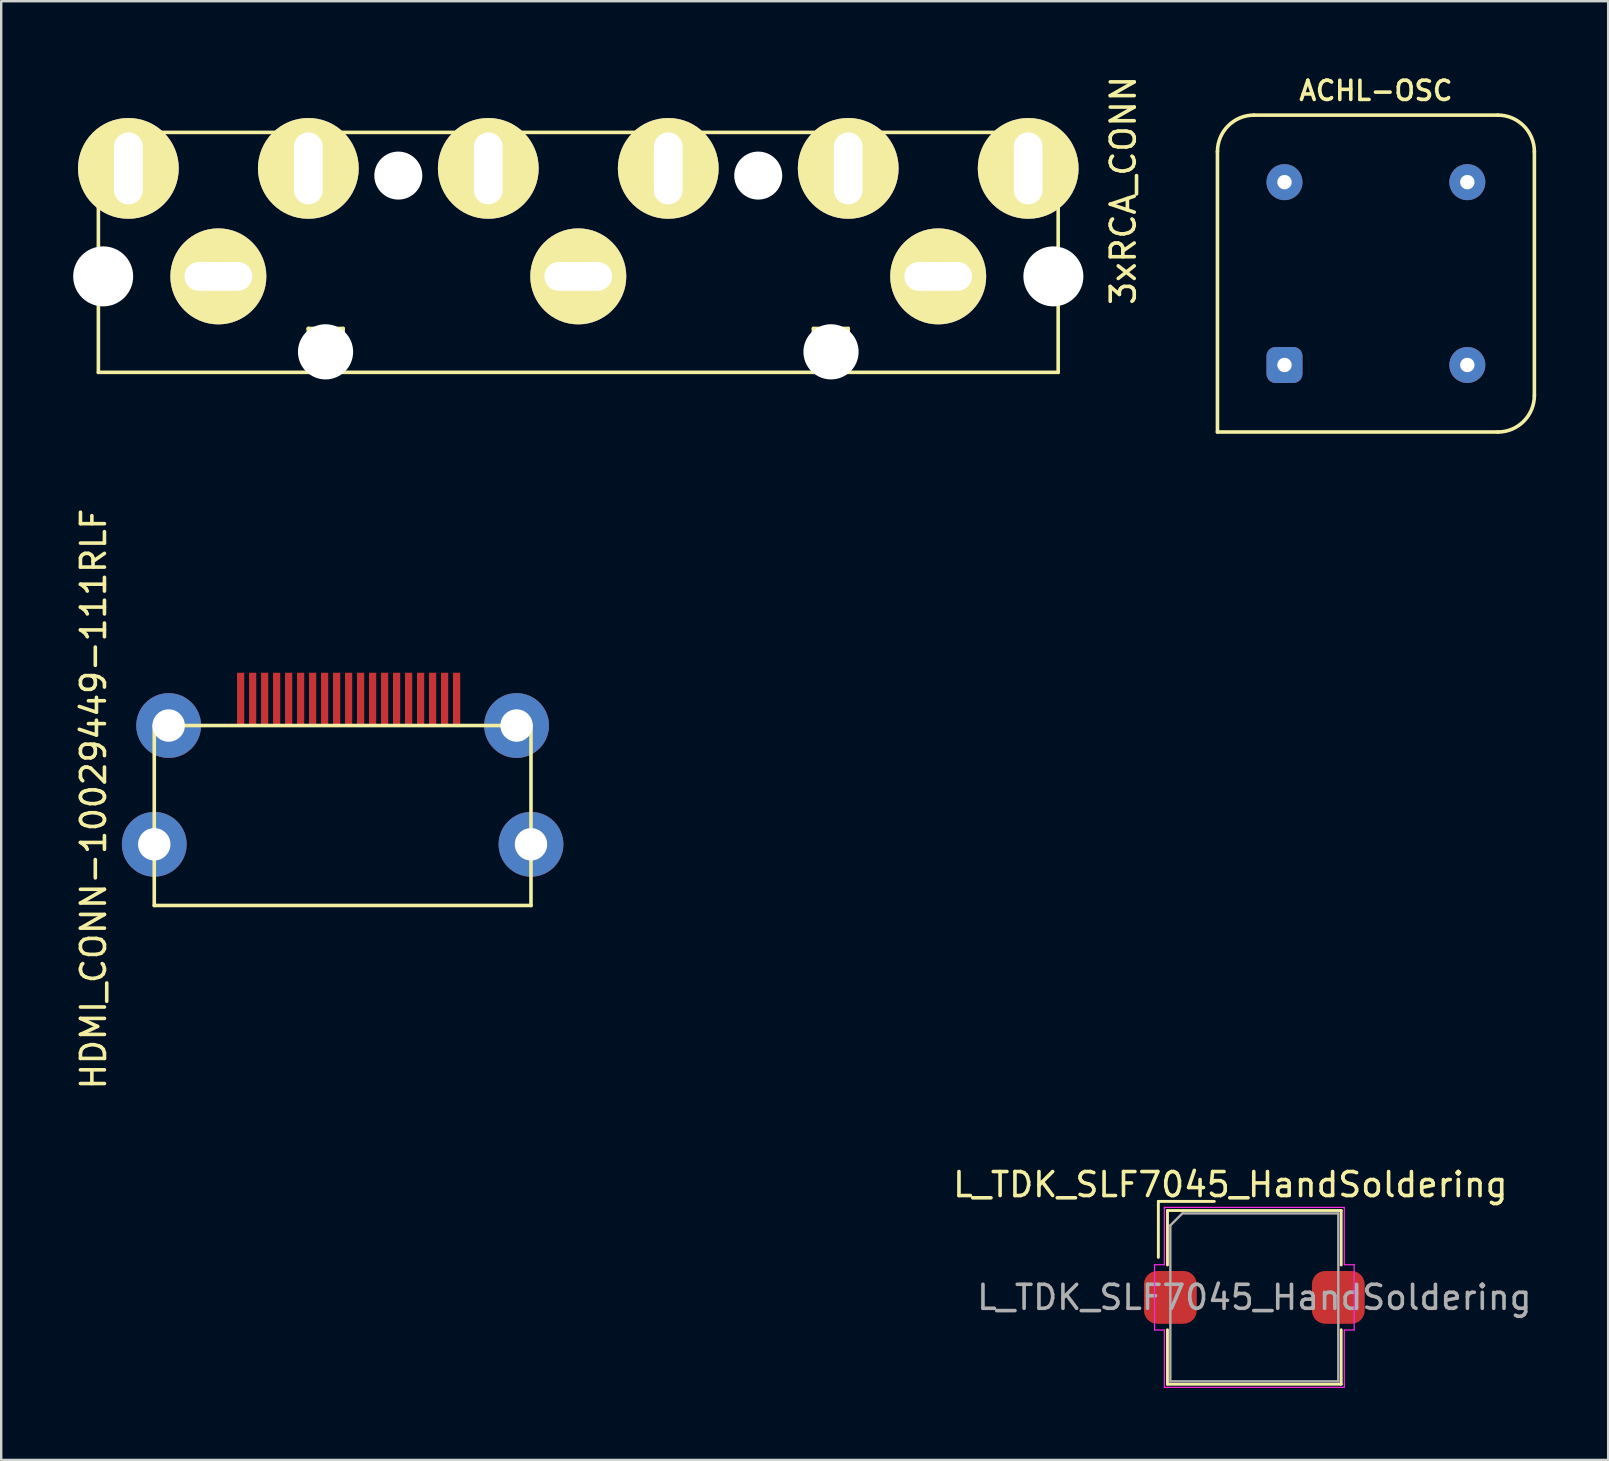
<source format=kicad_pcb>
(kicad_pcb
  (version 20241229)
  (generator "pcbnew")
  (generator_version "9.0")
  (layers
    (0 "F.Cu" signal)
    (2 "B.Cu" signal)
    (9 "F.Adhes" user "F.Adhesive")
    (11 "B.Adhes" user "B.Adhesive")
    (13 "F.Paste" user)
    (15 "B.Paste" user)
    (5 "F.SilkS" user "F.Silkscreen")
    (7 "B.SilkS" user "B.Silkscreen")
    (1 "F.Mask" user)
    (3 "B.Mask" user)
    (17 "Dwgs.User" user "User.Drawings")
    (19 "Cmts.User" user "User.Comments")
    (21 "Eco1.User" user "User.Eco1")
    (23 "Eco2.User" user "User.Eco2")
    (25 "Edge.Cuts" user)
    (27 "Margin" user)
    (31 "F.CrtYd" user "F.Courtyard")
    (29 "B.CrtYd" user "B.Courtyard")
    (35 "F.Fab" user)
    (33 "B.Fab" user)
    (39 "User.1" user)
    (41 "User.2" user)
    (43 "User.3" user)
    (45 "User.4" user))
  (footprint "3xRCA_CONN"
    (layer "F.Cu")
    (at 21.05 8.468)
    (property "Reference" "3xRCA_CONN" (at 22.715 -3.581 90) (layer "F.SilkS") (effects (font (size 1 1) (thickness 0.15))))
    (attr through_hole)
    (fp_line (start -20 -6) (end 20 -6) (stroke (width 0.15) (type solid)) (layer "F.SilkS"))
    (fp_line (start -20 4) (end -20 -6) (stroke (width 0.15) (type solid)) (layer "F.SilkS"))
    (fp_line (start -20 4) (end 20 4) (stroke (width 0.15) (type solid)) (layer "F.SilkS"))
    (fp_line (start -11.255 3.97) (end -9.835 2.202) (stroke (width 0.15) (type solid)) (layer "F.SilkS"))
    (fp_line (start -11.25 2.172) (end -9.8 2.172) (stroke (width 0.15) (type solid)) (layer "F.SilkS"))
    (fp_line (start -11.25 3.993) (end -11.25 2.172) (stroke (width 0.15) (type solid)) (layer "F.SilkS"))
    (fp_line (start -11.25 2.177) (end -9.827 3.947) (stroke (width 0.15) (type solid)) (layer "F.SilkS"))
    (fp_line (start -9.827 3.947) (end -9.822 3.96) (stroke (width 0.15) (type solid)) (layer "F.SilkS"))
    (fp_line (start -9.8 2.172) (end -9.8 3.978) (stroke (width 0.15) (type solid)) (layer "F.SilkS"))
    (fp_line (start 9.8 2.172) (end 11.25 2.172) (stroke (width 0.15) (type solid)) (layer "F.SilkS"))
    (fp_line (start 9.8 3.993) (end 9.8 2.172) (stroke (width 0.15) (type solid)) (layer "F.SilkS"))
    (fp_line (start 9.802 3.983) (end 11.214 2.223) (stroke (width 0.15) (type solid)) (layer "F.SilkS"))
    (fp_line (start 9.825 2.2) (end 11.214 3.937) (stroke (width 0.15) (type solid)) (layer "F.SilkS"))
    (fp_line (start 11.25 2.172) (end 11.25 3.978) (stroke (width 0.15) (type solid)) (layer "F.SilkS"))
    (fp_line (start 20 -6) (end 20 4) (stroke (width 0.15) (type solid)) (layer "F.SilkS"))
    (pad "" np_thru_hole oval (at -19.8 0) (size 2.5 2.5) (drill 2.5) (layers "*.Cu" "*.Mask"))
    (pad "" np_thru_hole circle (at -10.533 3.145) (size 2.3 2.3) (drill 2.3) (layers "*.Cu" "*.Mask"))
    (pad "" np_thru_hole circle (at -7.5 -4.2) (size 2 2) (drill 2) (layers "*.Cu" "*.Mask"))
    (pad "" np_thru_hole circle (at 7.5 -4.2) (size 2 2) (drill 2) (layers "*.Cu" "*.Mask"))
    (pad "" np_thru_hole circle (at 10.533 3.145) (size 2.3 2.3) (drill 2.3) (layers "*.Cu" "*.Mask"))
    (pad "" np_thru_hole oval (at 19.8 0) (size 2.5 2.5) (drill 2.5) (layers "*.Cu" "*.Mask"))
    (pad "1" thru_hole circle (at -3.75 -4.5) (size 4.2 4.2) (drill oval 1.2 3) (layers "*.Cu" "*.Mask" "F.SilkS"))
    (pad "1" thru_hole circle (at 3.75 -4.5) (size 4.2 4.2) (drill oval 1.2 3) (layers "*.Cu" "*.Mask" "F.SilkS"))
    (pad "2" thru_hole circle (at 11.25 -4.5) (size 4.2 4.2) (drill oval 1.2 3) (layers "*.Cu" "*.Mask" "F.SilkS"))
    (pad "2" thru_hole circle (at 18.75 -4.5) (size 4.2 4.2) (drill oval 1.2 3) (layers "*.Cu" "*.Mask" "F.SilkS"))
    (pad "3" thru_hole circle (at -18.75 -4.5) (size 4.2 4.2) (drill oval 1.2 3) (layers "*.Cu" "*.Mask" "F.SilkS"))
    (pad "3" thru_hole circle (at -11.25 -4.5) (size 4.2 4.2) (drill oval 1.2 3) (layers "*.Cu" "*.Mask" "F.SilkS"))
    (pad "4" thru_hole circle (at -15 0) (size 4 4) (drill oval 2.82 1.2) (layers "*.Cu" "*.Mask" "F.SilkS"))
    (pad "4" thru_hole circle (at 0 0) (size 4 4) (drill oval 2.82 1.2) (layers "*.Cu" "*.Mask" "F.SilkS"))
    (pad "4" thru_hole circle (at 15 0) (size 4 4) (drill oval 2.82 1.2) (layers "*.Cu" "*.Mask" "F.SilkS")))
  (footprint "L_TDK_SLF7045_HandSoldering"
    (layer "F.Cu")
    (at 49.225 51.019)
    (property "Reference" "L_TDK_SLF7045_HandSoldering" (at -1 -4.7 0) (layer "F.SilkS") (effects (font (size 1 1) (thickness 0.15))))
    (attr smd)
    (fp_line (start -4 -4) (end -1.667 -4) (stroke (width 0.12) (type solid)) (layer "F.SilkS"))
    (fp_line (start -4 -1.667) (end -4 -4) (stroke (width 0.12) (type solid)) (layer "F.SilkS"))
    (fp_line (start -3.62 -3.62) (end -3.62 -1.35) (stroke (width 0.12) (type solid)) (layer "F.SilkS"))
    (fp_line (start -3.62 -3.62) (end 3.62 -3.62) (stroke (width 0.12) (type solid)) (layer "F.SilkS"))
    (fp_line (start -3.62 1.35) (end -3.62 3.62) (stroke (width 0.12) (type solid)) (layer "F.SilkS"))
    (fp_line (start -3.62 3.62) (end 3.62 3.62) (stroke (width 0.12) (type solid)) (layer "F.SilkS"))
    (fp_line (start 3.62 -3.62) (end 3.62 -1.35) (stroke (width 0.12) (type solid)) (layer "F.SilkS"))
    (fp_line (start 3.62 1.35) (end 3.62 3.62) (stroke (width 0.12) (type solid)) (layer "F.SilkS"))
    (fp_line (start -4.16 -1.36) (end -4.16 1.36) (stroke (width 0.05) (type solid)) (layer "F.CrtYd"))
    (fp_line (start -4.16 1.36) (end -3.75 1.36) (stroke (width 0.05) (type solid)) (layer "F.CrtYd"))
    (fp_line (start -3.75 -3.75) (end -3.75 -1.36) (stroke (width 0.05) (type solid)) (layer "F.CrtYd"))
    (fp_line (start -3.75 -3.75) (end 3.75 -3.75) (stroke (width 0.05) (type solid)) (layer "F.CrtYd"))
    (fp_line (start -3.75 -1.36) (end -4.16 -1.36) (stroke (width 0.05) (type solid)) (layer "F.CrtYd"))
    (fp_line (start -3.75 1.36) (end -3.75 3.75) (stroke (width 0.05) (type solid)) (layer "F.CrtYd"))
    (fp_line (start -3.75 3.75) (end 3.75 3.75) (stroke (width 0.05) (type solid)) (layer "F.CrtYd"))
    (fp_line (start 3.75 -3.75) (end 3.75 -1.36) (stroke (width 0.05) (type solid)) (layer "F.CrtYd"))
    (fp_line (start 3.75 -1.36) (end 4.16 -1.36) (stroke (width 0.05) (type solid)) (layer "F.CrtYd"))
    (fp_line (start 3.75 1.36) (end 3.75 3.75) (stroke (width 0.05) (type solid)) (layer "F.CrtYd"))
    (fp_line (start 4.16 -1.36) (end 4.16 1.36) (stroke (width 0.05) (type solid)) (layer "F.CrtYd"))
    (fp_line (start 4.16 1.36) (end 3.75 1.36) (stroke (width 0.05) (type solid)) (layer "F.CrtYd"))
    (fp_line (start -3.5 -3) (end -3 -3.5) (stroke (width 0.1) (type solid)) (layer "F.Fab"))
    (fp_line (start -3.5 3.5) (end -3.5 -3) (stroke (width 0.1) (type solid)) (layer "F.Fab"))
    (fp_line (start -3 -3.5) (end 3.5 -3.5) (stroke (width 0.1) (type solid)) (layer "F.Fab"))
    (fp_line (start 3.5 -3.5) (end 3.5 3.5) (stroke (width 0.1) (type solid)) (layer "F.Fab"))
    (fp_line (start 3.5 3.5) (end -3.5 3.5) (stroke (width 0.1) (type solid)) (layer "F.Fab"))
    (fp_text user "" (at -49 0.05 0) (layer "F.SilkS") (effects (font (size 3 3) (thickness 0.15))))
    (fp_text user "${REFERENCE}" (at 0 0 0) (layer "F.Fab") (effects (font (size 1 1) (thickness 0.15))))
    (pad "1" smd roundrect (at -3.5 0) (size 2.2 2.2) (layers "F.Cu" "F.Mask" "F.Paste") (roundrect_rratio 0.25))
    (pad "2" smd roundrect (at 3.5 0) (size 2.2 2.2) (layers "F.Cu" "F.Mask" "F.Paste") (roundrect_rratio 0.25)))
  (footprint "HDMI_CONN-10029449-111RLF"
    (layer "F.Cu")
    (at 11.229 27.187)
    (property "Reference" "HDMI_CONN-10029449-111RLF" (at -10.381 3.063 90) (layer "F.SilkS") (effects (font (size 1 1) (thickness 0.15))))
    (attr through_hole)
    (fp_line (start -7.85 0) (end 7.85 0) (stroke (width 0.15) (type solid)) (layer "F.SilkS"))
    (fp_line (start -7.85 7.5) (end -7.85 0) (stroke (width 0.15) (type solid)) (layer "F.SilkS"))
    (fp_line (start 7.85 0) (end 7.85 7.5) (stroke (width 0.15) (type solid)) (layer "F.SilkS"))
    (fp_line (start 7.85 7.5) (end -7.85 7.5) (stroke (width 0.15) (type solid)) (layer "F.SilkS"))
    (pad "1" smd rect (at 4.75 -1.1) (size 0.3 2.2) (layers "F.Cu" "F.Mask" "F.Paste"))
    (pad "2" smd rect (at 4.25 -1.1) (size 0.3 2.2) (layers "F.Cu" "F.Mask" "F.Paste"))
    (pad "3" smd rect (at 3.75 -1.1) (size 0.3 2.2) (layers "F.Cu" "F.Mask" "F.Paste"))
    (pad "4" smd rect (at 3.25 -1.1) (size 0.3 2.2) (layers "F.Cu" "F.Mask" "F.Paste"))
    (pad "5" smd rect (at 2.75 -1.1) (size 0.3 2.2) (layers "F.Cu" "F.Mask" "F.Paste"))
    (pad "6" smd rect (at 2.25 -1.1) (size 0.3 2.2) (layers "F.Cu" "F.Mask" "F.Paste"))
    (pad "7" smd rect (at 1.75 -1.1) (size 0.3 2.2) (layers "F.Cu" "F.Mask" "F.Paste"))
    (pad "8" smd rect (at 1.25 -1.1) (size 0.3 2.2) (layers "F.Cu" "F.Mask" "F.Paste"))
    (pad "9" smd rect (at 0.75 -1.1) (size 0.3 2.2) (layers "F.Cu" "F.Mask" "F.Paste"))
    (pad "10" smd rect (at 0.25 -1.1) (size 0.3 2.2) (layers "F.Cu" "F.Mask" "F.Paste"))
    (pad "11" smd rect (at -0.25 -1.1) (size 0.3 2.2) (layers "F.Cu" "F.Mask" "F.Paste"))
    (pad "12" smd rect (at -0.75 -1.1) (size 0.3 2.2) (layers "F.Cu" "F.Mask" "F.Paste"))
    (pad "13" smd rect (at -1.25 -1.1) (size 0.3 2.2) (layers "F.Cu" "F.Mask" "F.Paste"))
    (pad "14" smd rect (at -1.75 -1.1) (size 0.3 2.2) (layers "F.Cu" "F.Mask" "F.Paste"))
    (pad "15" smd rect (at -2.25 -1.1) (size 0.3 2.2) (layers "F.Cu" "F.Mask" "F.Paste"))
    (pad "16" smd rect (at -2.75 -1.1) (size 0.3 2.2) (layers "F.Cu" "F.Mask" "F.Paste"))
    (pad "17" thru_hole circle (at -7.85 4.95) (size 2.7 2.7) (drill 1.35) (layers "*.Cu" "*.Mask"))
    (pad "17" thru_hole circle (at -7.25 0) (size 2.7 2.7) (drill 1.35) (layers "*.Cu" "*.Mask"))
    (pad "17" smd rect (at -3.25 -1.1) (size 0.3 2.2) (layers "F.Cu" "F.Mask" "F.Paste"))
    (pad "17" thru_hole circle (at 7.25 0) (size 2.7 2.7) (drill 1.35) (layers "*.Cu" "*.Mask"))
    (pad "17" thru_hole circle (at 7.85 4.95) (size 2.7 2.7) (drill 1.35) (layers "*.Cu" "*.Mask"))
    (pad "18" smd rect (at -3.75 -1.1) (size 0.3 2.2) (layers "F.Cu" "F.Mask" "F.Paste"))
    (pad "19" smd rect (at -4.25 -1.1) (size 0.3 2.2) (layers "F.Cu" "F.Mask" "F.Paste")))
  (footprint "ACHL-OSC"
    (layer "F.Cu")
    (at 54.292 8.351)
    (property "Reference" "ACHL-OSC" (at 0 -7.62 0) (layer "F.SilkS") (effects (font (size 0.8 0.8) (thickness 0.15))))
    (attr through_hole)
    (fp_line (start -6.604 -5.08) (end -6.604 6.604) (stroke (width 0.15) (type solid)) (layer "F.SilkS"))
    (fp_line (start -6.604 6.604) (end 5.08 6.604) (stroke (width 0.15) (type solid)) (layer "F.SilkS"))
    (fp_line (start 5.08 -6.604) (end -5.08 -6.604) (stroke (width 0.15) (type solid)) (layer "F.SilkS"))
    (fp_line (start 6.604 -5.08) (end 6.604 5.08) (stroke (width 0.15) (type solid)) (layer "F.SilkS"))
    (fp_arc (start -6.604 -5.08) (mid -6.157631 -6.157631) (end -5.08 -6.604) (stroke (width 0.15) (type solid)) (layer "F.SilkS"))
    (fp_arc (start 5.08 -6.604) (mid 6.157631 -6.157631) (end 6.604 -5.08) (stroke (width 0.15) (type solid)) (layer "F.SilkS"))
    (fp_arc (start 6.604 5.08) (mid 6.157631 6.157631) (end 5.08 6.604) (stroke (width 0.15) (type solid)) (layer "F.SilkS"))
    (pad "1" thru_hole roundrect (at -3.81 3.81) (size 1.5 1.5) (drill 0.6) (layers "*.Cu" "*.Mask") (roundrect_rratio 0.25))
    (pad "4" thru_hole circle (at 3.81 3.81) (size 1.5 1.5) (drill 0.6) (layers "*.Cu" "*.Mask"))
    (pad "5" thru_hole circle (at 3.81 -3.81) (size 1.5 1.5) (drill 0.6) (layers "*.Cu" "*.Mask"))
    (pad "8" thru_hole circle (at -3.81 -3.81) (size 1.5 1.5) (drill 0.6) (layers "*.Cu" "*.Mask")))
  (gr_rect
    (start -3 -3)
    (end 63.971 57.794)
    (stroke (width 0.1) (type default))
    (fill no)
    (layer "Edge.Cuts")))
</source>
